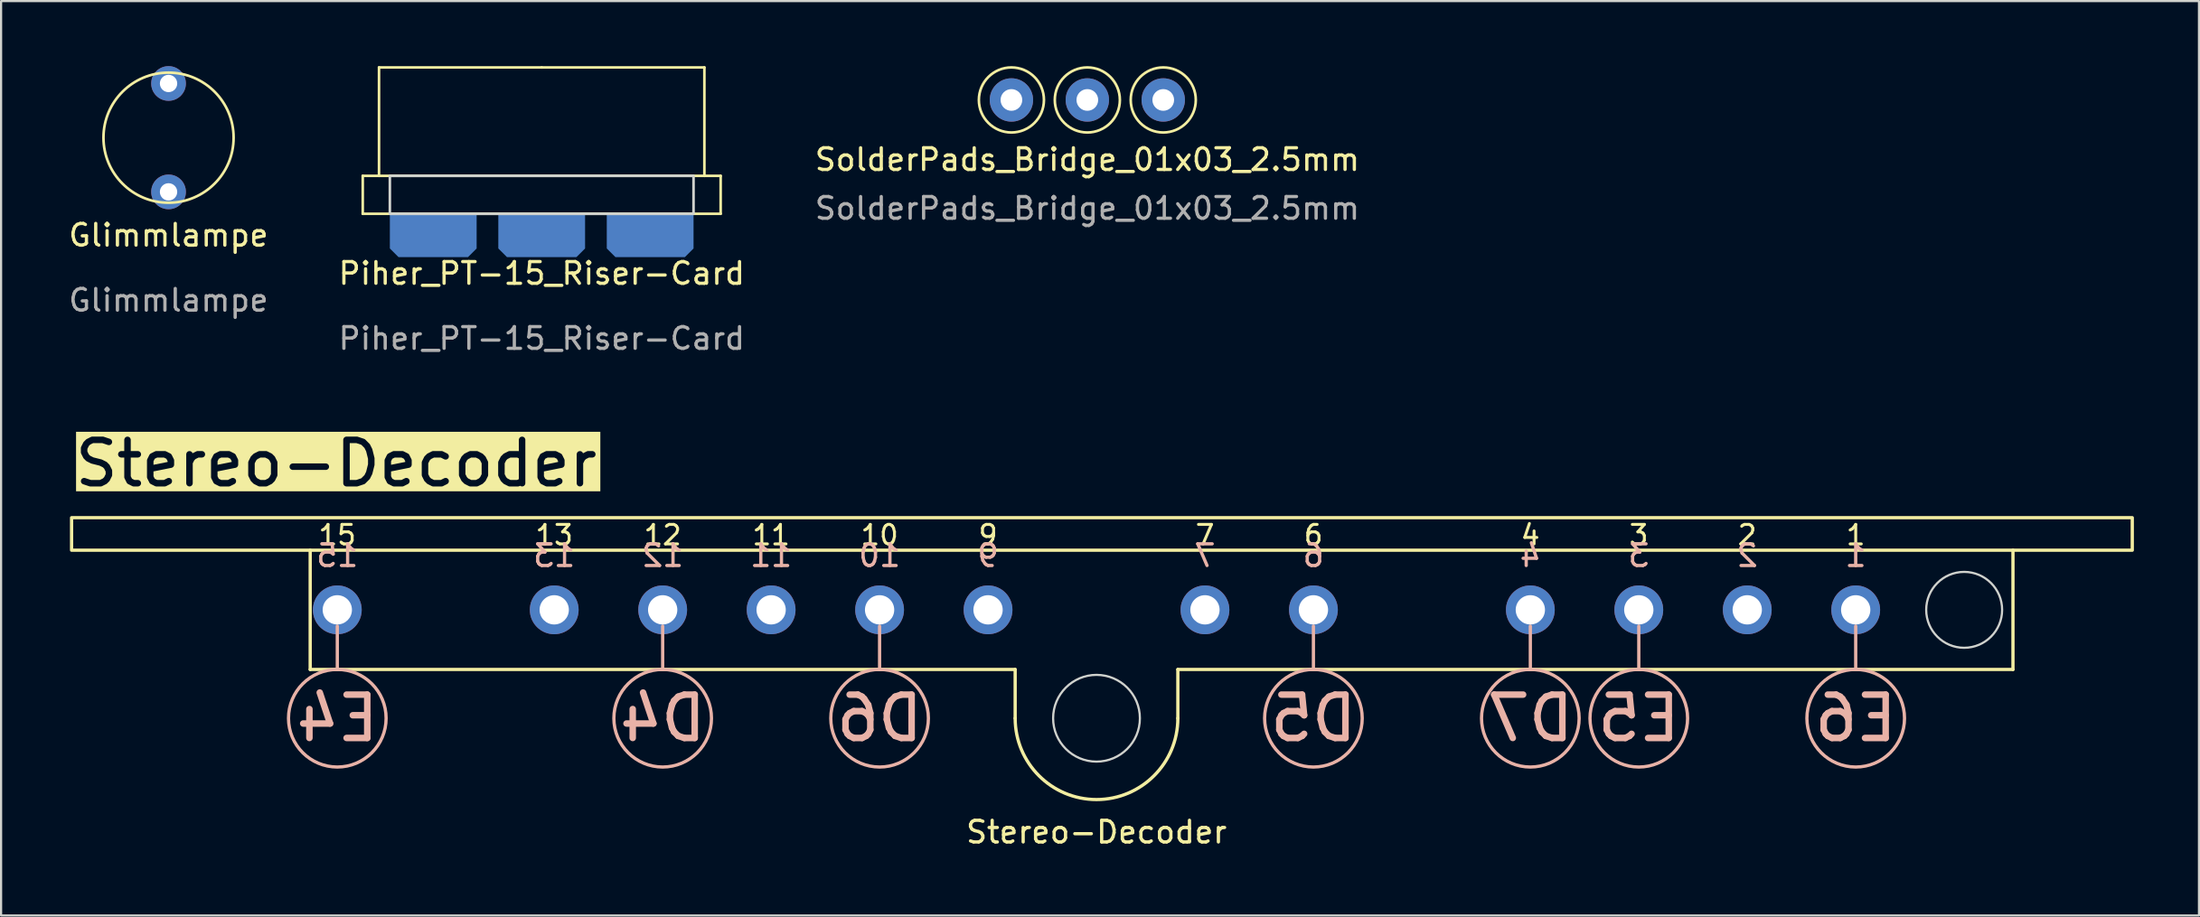
<source format=kicad_pcb>
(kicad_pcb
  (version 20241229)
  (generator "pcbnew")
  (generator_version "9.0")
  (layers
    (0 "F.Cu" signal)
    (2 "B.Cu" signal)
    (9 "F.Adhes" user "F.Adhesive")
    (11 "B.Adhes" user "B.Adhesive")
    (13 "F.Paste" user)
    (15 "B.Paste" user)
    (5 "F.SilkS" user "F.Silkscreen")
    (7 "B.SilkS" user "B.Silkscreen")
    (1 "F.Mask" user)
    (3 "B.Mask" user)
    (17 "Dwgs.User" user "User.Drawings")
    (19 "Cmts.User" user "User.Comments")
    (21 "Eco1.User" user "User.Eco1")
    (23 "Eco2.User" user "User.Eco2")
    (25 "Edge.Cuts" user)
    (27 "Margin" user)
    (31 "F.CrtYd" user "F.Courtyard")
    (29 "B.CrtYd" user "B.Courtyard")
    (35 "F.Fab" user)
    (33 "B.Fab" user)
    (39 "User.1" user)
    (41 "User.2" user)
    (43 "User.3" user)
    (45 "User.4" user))
  (footprint "SolderPads_Bridge_01x03_2.5mm"
    (layer "F.Cu")
    (at 47.077 4.06)
    (property "Reference" "SolderPads_Bridge_01x03_2.5mm" (at 0 0.25 0) (unlocked yes) (layer "F.SilkS") (effects (font (size 1 1) (thickness 0.15))))
    (attr through_hole)
    (fp_circle (center -3.5 -2.5) (end -2 -2.5) (stroke (width 0.12) (type default)) (fill no) (layer "F.SilkS"))
    (fp_circle (center 0 -2.5) (end 1.5 -2.5) (stroke (width 0.12) (type default)) (fill no) (layer "F.SilkS"))
    (fp_circle (center 3.5 -2.5) (end 5 -2.5) (stroke (width 0.12) (type default)) (fill no) (layer "F.SilkS"))
    (fp_text user "${REFERENCE}" (at 0 2.5 0) (unlocked yes) (layer "F.Fab") (effects (font (size 1 1) (thickness 0.15))))
    (pad "1" thru_hole circle (at -3.5 -2.5) (size 2 2) (drill 1) (layers "*.Cu" "*.Mask") (remove_unused_layers yes) (keep_end_layers yes) (zone_layer_connections))
    (pad "2" thru_hole circle (at 0 -2.5) (size 2 2) (drill 1) (layers "*.Cu" "*.Mask") (remove_unused_layers yes) (keep_end_layers yes) (zone_layer_connections))
    (pad "3" thru_hole circle (at 3.5 -2.5) (size 2 2) (drill 1) (layers "*.Cu" "*.Mask") (remove_unused_layers yes) (keep_end_layers yes) (zone_layer_connections)))
  (footprint "Piher_PT-15_Riser-Card"
    (layer "F.Cu")
    (at 21.923 5.06)
    (property "Reference" "Piher_PT-15_Riser-Card" (at 0 4.5 0) (unlocked yes) (layer "F.SilkS") (effects (font (size 1 1) (thickness 0.15))))
    (attr through_hole)
    (fp_line (start -8.25 0) (end -7.5 0) (stroke (width 0.12) (type default)) (layer "F.SilkS"))
    (fp_line (start -8.25 1.75) (end -8.25 0) (stroke (width 0.12) (type default)) (layer "F.SilkS"))
    (fp_line (start -7.5 -5) (end 0 -5) (stroke (width 0.12) (type default)) (layer "F.SilkS"))
    (fp_line (start -7.5 0) (end -7.5 -5) (stroke (width 0.12) (type default)) (layer "F.SilkS"))
    (fp_line (start 0 -5) (end 7.5 -5) (stroke (width 0.12) (type default)) (layer "F.SilkS"))
    (fp_line (start 7.5 -5) (end 7.5 0) (stroke (width 0.12) (type default)) (layer "F.SilkS"))
    (fp_line (start 7.5 0) (end -7.5 0) (stroke (width 0.12) (type default)) (layer "F.SilkS"))
    (fp_line (start 7.5 0) (end 8.25 0) (stroke (width 0.12) (type default)) (layer "F.SilkS"))
    (fp_line (start 8.25 0) (end 8.25 1.75) (stroke (width 0.12) (type default)) (layer "F.SilkS"))
    (fp_line (start 8.25 1.75) (end -8.25 1.75) (stroke (width 0.12) (type default)) (layer "F.SilkS"))
    (fp_rect (start -7 0) (end 7 1.75) (stroke (width 0.12) (type default)) (fill no) (layer "Edge.Cuts"))
    (fp_text user "${REFERENCE}" (at 0 7.5 0) (unlocked yes) (layer "F.Fab") (effects (font (size 1 1) (thickness 0.15))))
    (pad "1" connect roundrect (at 5 2.75) (size 4 2) (layers "B.Cu" "B.Mask") (roundrect_rratio 0) (chamfer_ratio 0.2) (chamfer bottom_left bottom_right))
    (pad "2" connect roundrect (at 0 2.75) (size 4 2) (layers "B.Cu" "B.Mask") (roundrect_rratio 0) (chamfer_ratio 0.2) (chamfer bottom_left bottom_right))
    (pad "3" connect roundrect (at -5 2.75) (size 4 2) (layers "B.Cu" "B.Mask") (roundrect_rratio 0) (chamfer_ratio 0.2) (chamfer bottom_left bottom_right)))
  (footprint "Glimmlampe"
    (layer "F.Cu")
    (at 4.72 3.3)
    (property "Reference" "Glimmlampe" (at 0 4.5 0) (unlocked yes) (layer "F.SilkS") (effects (font (size 1 1) (thickness 0.15))))
    (attr through_hole)
    (fp_circle (center 0 0) (end 3 0) (stroke (width 0.12) (type default)) (fill no) (layer "F.SilkS"))
    (fp_text user "${REFERENCE}" (at 0 7.5 0) (unlocked yes) (layer "F.Fab") (effects (font (size 1 1) (thickness 0.15))))
    (pad "1" thru_hole circle (at 0 -2.5) (size 1.6 1.6) (drill 0.8) (layers "*.Cu" "B.Mask") (remove_unused_layers yes) (keep_end_layers yes) (zone_layer_connections))
    (pad "2" thru_hole circle (at 0 2.5) (size 1.6 1.6) (drill 0.8) (layers "*.Cu" "B.Mask") (remove_unused_layers yes) (keep_end_layers yes) (zone_layer_connections)))
  (footprint "Stereo-Decoder"
    (layer "F.Cu")
    (at 0.25 20.827)
    (property "Reference" "Stereo-Decoder" (at 47.25 14.5 0) (unlocked yes) (layer "F.SilkS") (effects (font (size 1 1) (thickness 0.15))))
    (attr through_hole)
    (fp_line (start 11 7) (end 11 1.5) (stroke (width 0.15) (type default)) (layer "F.SilkS"))
    (fp_line (start 43.5 7) (end 11 7) (stroke (width 0.15) (type default)) (layer "F.SilkS"))
    (fp_line (start 43.5 7) (end 43.5 9.25) (stroke (width 0.15) (type default)) (layer "F.SilkS"))
    (fp_line (start 51 7) (end 51 9.25) (stroke (width 0.15) (type default)) (layer "F.SilkS"))
    (fp_line (start 89.5 1.5) (end 89.5 7) (stroke (width 0.15) (type default)) (layer "F.SilkS"))
    (fp_line (start 89.5 7) (end 51 7) (stroke (width 0.15) (type default)) (layer "F.SilkS"))
    (fp_rect (start 95 0) (end 0 1.5) (stroke (width 0.15) (type default)) (fill no) (layer "F.SilkS"))
    (fp_arc (start 51 9.25) (mid 47.25 13) (end 43.5 9.25) (stroke (width 0.15) (type default)) (layer "F.SilkS"))
    (fp_line (start 12.25 7) (end 12.25 5) (stroke (width 0.15) (type default)) (layer "B.SilkS"))
    (fp_line (start 27.25 7) (end 27.25 5) (stroke (width 0.15) (type default)) (layer "B.SilkS"))
    (fp_line (start 37.25 7) (end 37.25 5) (stroke (width 0.15) (type default)) (layer "B.SilkS"))
    (fp_line (start 57.25 7) (end 57.25 5) (stroke (width 0.15) (type default)) (layer "B.SilkS"))
    (fp_line (start 67.25 7) (end 67.25 5) (stroke (width 0.15) (type default)) (layer "B.SilkS"))
    (fp_line (start 72.25 7) (end 72.25 5) (stroke (width 0.15) (type default)) (layer "B.SilkS"))
    (fp_line (start 82.25 7) (end 82.25 5) (stroke (width 0.15) (type default)) (layer "B.SilkS"))
    (fp_circle (center 12.25 9.25) (end 10 9.25) (stroke (width 0.15) (type default)) (fill no) (layer "B.SilkS"))
    (fp_circle (center 27.25 9.25) (end 25 9.25) (stroke (width 0.15) (type default)) (fill no) (layer "B.SilkS"))
    (fp_circle (center 37.25 9.25) (end 35 9.25) (stroke (width 0.15) (type default)) (fill no) (layer "B.SilkS"))
    (fp_circle (center 57.25 9.25) (end 55 9.25) (stroke (width 0.15) (type default)) (fill no) (layer "B.SilkS"))
    (fp_circle (center 67.25 9.25) (end 65 9.25) (stroke (width 0.15) (type default)) (fill no) (layer "B.SilkS"))
    (fp_circle (center 72.25 9.25) (end 70 9.25) (stroke (width 0.15) (type default)) (fill no) (layer "B.SilkS"))
    (fp_circle (center 82.25 9.25) (end 80 9.25) (stroke (width 0.15) (type default)) (fill no) (layer "B.SilkS"))
    (fp_circle (center 47.25 9.25) (end 49.25 9.25) (stroke (width 0.1) (type default)) (fill no) (layer "Edge.Cuts"))
    (fp_circle (center 87.25 4.25) (end 89 4.25) (stroke (width 0.1) (type default)) (fill no) (layer "Edge.Cuts"))
    (fp_text user "13" (at 22.25 0.8 0) (unlocked yes) (layer "F.SilkS") (effects (font (size 0.9 0.9) (thickness 0.135))))
    (fp_text user "9" (at 42.25 0.8 0) (unlocked yes) (layer "F.SilkS") (effects (font (size 0.9 0.9) (thickness 0.135))))
    (fp_text user "15" (at 12.25 0.8 0) (unlocked yes) (layer "F.SilkS") (effects (font (size 0.9 0.9) (thickness 0.135))))
    (fp_text user "Stereo-Decoder" (at 0 -2.5 0) (unlocked yes) (layer "F.SilkS" knockout) (effects (font (size 2 2) (thickness 0.3)) (justify left)))
    (fp_text user "10" (at 37.25 0.8 0) (unlocked yes) (layer "F.SilkS") (effects (font (size 0.9 0.9) (thickness 0.135))))
    (fp_text user "11" (at 32.25 0.8 0) (unlocked yes) (layer "F.SilkS") (effects (font (size 0.9 0.9) (thickness 0.135))))
    (fp_text user "12" (at 27.25 0.8 0) (unlocked yes) (layer "F.SilkS") (effects (font (size 0.9 0.9) (thickness 0.135))))
    (fp_text user "2" (at 77.25 0.8 0) (unlocked yes) (layer "F.SilkS") (effects (font (size 0.9 0.9) (thickness 0.135))))
    (fp_text user "7" (at 52.25 0.8 0) (unlocked yes) (layer "F.SilkS") (effects (font (size 0.9 0.9) (thickness 0.135))))
    (fp_text user "6" (at 57.25 0.8 0) (unlocked yes) (layer "F.SilkS") (effects (font (size 0.9 0.9) (thickness 0.135))))
    (fp_text user "1" (at 82.25 0.8 0) (unlocked yes) (layer "F.SilkS") (effects (font (size 0.9 0.9) (thickness 0.135))))
    (fp_text user "4" (at 67.25 0.8 0) (unlocked yes) (layer "F.SilkS") (effects (font (size 0.9 0.9) (thickness 0.135))))
    (fp_text user "3" (at 72.25 0.8 0) (unlocked yes) (layer "F.SilkS") (effects (font (size 0.9 0.9) (thickness 0.135))))
    (fp_text user "11" (at 32.25 1.75 0) (unlocked yes) (layer "B.SilkS") (effects (font (size 1 1) (thickness 0.15)) (justify mirror)))
    (fp_text user "D7" (at 67.25 9.25 0) (unlocked yes) (layer "B.SilkS") (effects (font (size 2 2) (thickness 0.3)) (justify mirror)))
    (fp_text user "E4" (at 12.25 9.25 0) (unlocked yes) (layer "B.SilkS") (effects (font (size 2 2) (thickness 0.3)) (justify mirror)))
    (fp_text user "D5" (at 57.25 9.25 0) (unlocked yes) (layer "B.SilkS") (effects (font (size 2 2) (thickness 0.3)) (justify mirror)))
    (fp_text user "15" (at 12.25 1.75 0) (unlocked yes) (layer "B.SilkS") (effects (font (size 1 1) (thickness 0.15)) (justify mirror)))
    (fp_text user "E6" (at 82.25 9.25 0) (unlocked yes) (layer "B.SilkS") (effects (font (size 2 2) (thickness 0.3)) (justify mirror)))
    (fp_text user "10" (at 37.25 1.75 0) (unlocked yes) (layer "B.SilkS") (effects (font (size 1 1) (thickness 0.15)) (justify mirror)))
    (fp_text user "9" (at 42.25 1.75 0) (unlocked yes) (layer "B.SilkS") (effects (font (size 1 1) (thickness 0.15)) (justify mirror)))
    (fp_text user "4" (at 67.25 1.75 0) (unlocked yes) (layer "B.SilkS") (effects (font (size 1 1) (thickness 0.15)) (justify mirror)))
    (fp_text user "2" (at 77.25 1.75 0) (unlocked yes) (layer "B.SilkS") (effects (font (size 1 1) (thickness 0.15)) (justify mirror)))
    (fp_text user "3" (at 72.25 1.75 0) (unlocked yes) (layer "B.SilkS") (effects (font (size 1 1) (thickness 0.15)) (justify mirror)))
    (fp_text user "D4" (at 27.25 9.25 0) (unlocked yes) (layer "B.SilkS") (effects (font (size 2 2) (thickness 0.3)) (justify mirror)))
    (fp_text user "D6" (at 37.25 9.25 0) (unlocked yes) (layer "B.SilkS") (effects (font (size 2 2) (thickness 0.3)) (justify mirror)))
    (fp_text user "1" (at 82.25 1.75 0) (unlocked yes) (layer "B.SilkS") (effects (font (size 1 1) (thickness 0.15)) (justify mirror)))
    (fp_text user "7" (at 52.25 1.75 0) (unlocked yes) (layer "B.SilkS") (effects (font (size 1 1) (thickness 0.15)) (justify mirror)))
    (fp_text user "E5" (at 72.25 9.25 0) (unlocked yes) (layer "B.SilkS") (effects (font (size 2 2) (thickness 0.3)) (justify mirror)))
    (fp_text user "6" (at 57.25 1.75 0) (unlocked yes) (layer "B.SilkS") (effects (font (size 1 1) (thickness 0.15)) (justify mirror)))
    (fp_text user "12" (at 27.25 1.75 0) (unlocked yes) (layer "B.SilkS") (effects (font (size 1 1) (thickness 0.15)) (justify mirror)))
    (fp_text user "13" (at 22.25 1.75 0) (unlocked yes) (layer "B.SilkS") (effects (font (size 1 1) (thickness 0.15)) (justify mirror)))
    (pad "1" thru_hole circle (at 82.25 4.25) (size 2.25 2.25) (drill 1.35) (layers "*.Cu" "B.Mask") (remove_unused_layers yes) (keep_end_layers yes) (zone_layer_connections))
    (pad "2" thru_hole circle (at 77.25 4.25) (size 2.25 2.25) (drill 1.35) (layers "*.Cu" "B.Mask") (remove_unused_layers yes) (keep_end_layers yes) (zone_layer_connections))
    (pad "3" thru_hole circle (at 72.25 4.25) (size 2.25 2.25) (drill 1.35) (layers "*.Cu" "B.Mask") (remove_unused_layers yes) (keep_end_layers yes) (zone_layer_connections))
    (pad "4" thru_hole circle (at 67.25 4.25) (size 2.25 2.25) (drill 1.35) (layers "*.Cu" "B.Mask") (remove_unused_layers yes) (keep_end_layers yes) (zone_layer_connections))
    (pad "6" thru_hole circle (at 57.25 4.25) (size 2.25 2.25) (drill 1.35) (layers "*.Cu" "B.Mask") (remove_unused_layers yes) (keep_end_layers yes) (zone_layer_connections))
    (pad "7" thru_hole circle (at 52.25 4.25) (size 2.25 2.25) (drill 1.35) (layers "*.Cu" "B.Mask") (remove_unused_layers yes) (keep_end_layers yes) (zone_layer_connections))
    (pad "9" thru_hole circle (at 42.25 4.25) (size 2.25 2.25) (drill 1.35) (layers "*.Cu" "B.Mask") (remove_unused_layers yes) (keep_end_layers yes) (zone_layer_connections))
    (pad "10" thru_hole circle (at 37.25 4.25) (size 2.25 2.25) (drill 1.35) (layers "*.Cu" "B.Mask") (remove_unused_layers yes) (keep_end_layers yes) (zone_layer_connections))
    (pad "11" thru_hole circle (at 32.25 4.25) (size 2.25 2.25) (drill 1.35) (layers "*.Cu" "B.Mask") (remove_unused_layers yes) (keep_end_layers yes) (zone_layer_connections))
    (pad "12" thru_hole circle (at 27.25 4.25) (size 2.25 2.25) (drill 1.35) (layers "*.Cu" "B.Mask") (remove_unused_layers yes) (keep_end_layers yes) (zone_layer_connections))
    (pad "13" thru_hole circle (at 22.25 4.25) (size 2.25 2.25) (drill 1.35) (layers "*.Cu" "B.Mask") (remove_unused_layers yes) (keep_end_layers yes) (zone_layer_connections))
    (pad "15" thru_hole circle (at 12.25 4.25) (size 2.25 2.25) (drill 1.35) (layers "*.Cu" "B.Mask") (remove_unused_layers yes) (keep_end_layers yes) (zone_layer_connections)))
  (gr_rect
    (start -3 -3)
    (end 98.325 39.175)
    (stroke (width 0.1) (type default))
    (fill no)
    (layer "Edge.Cuts")))
</source>
